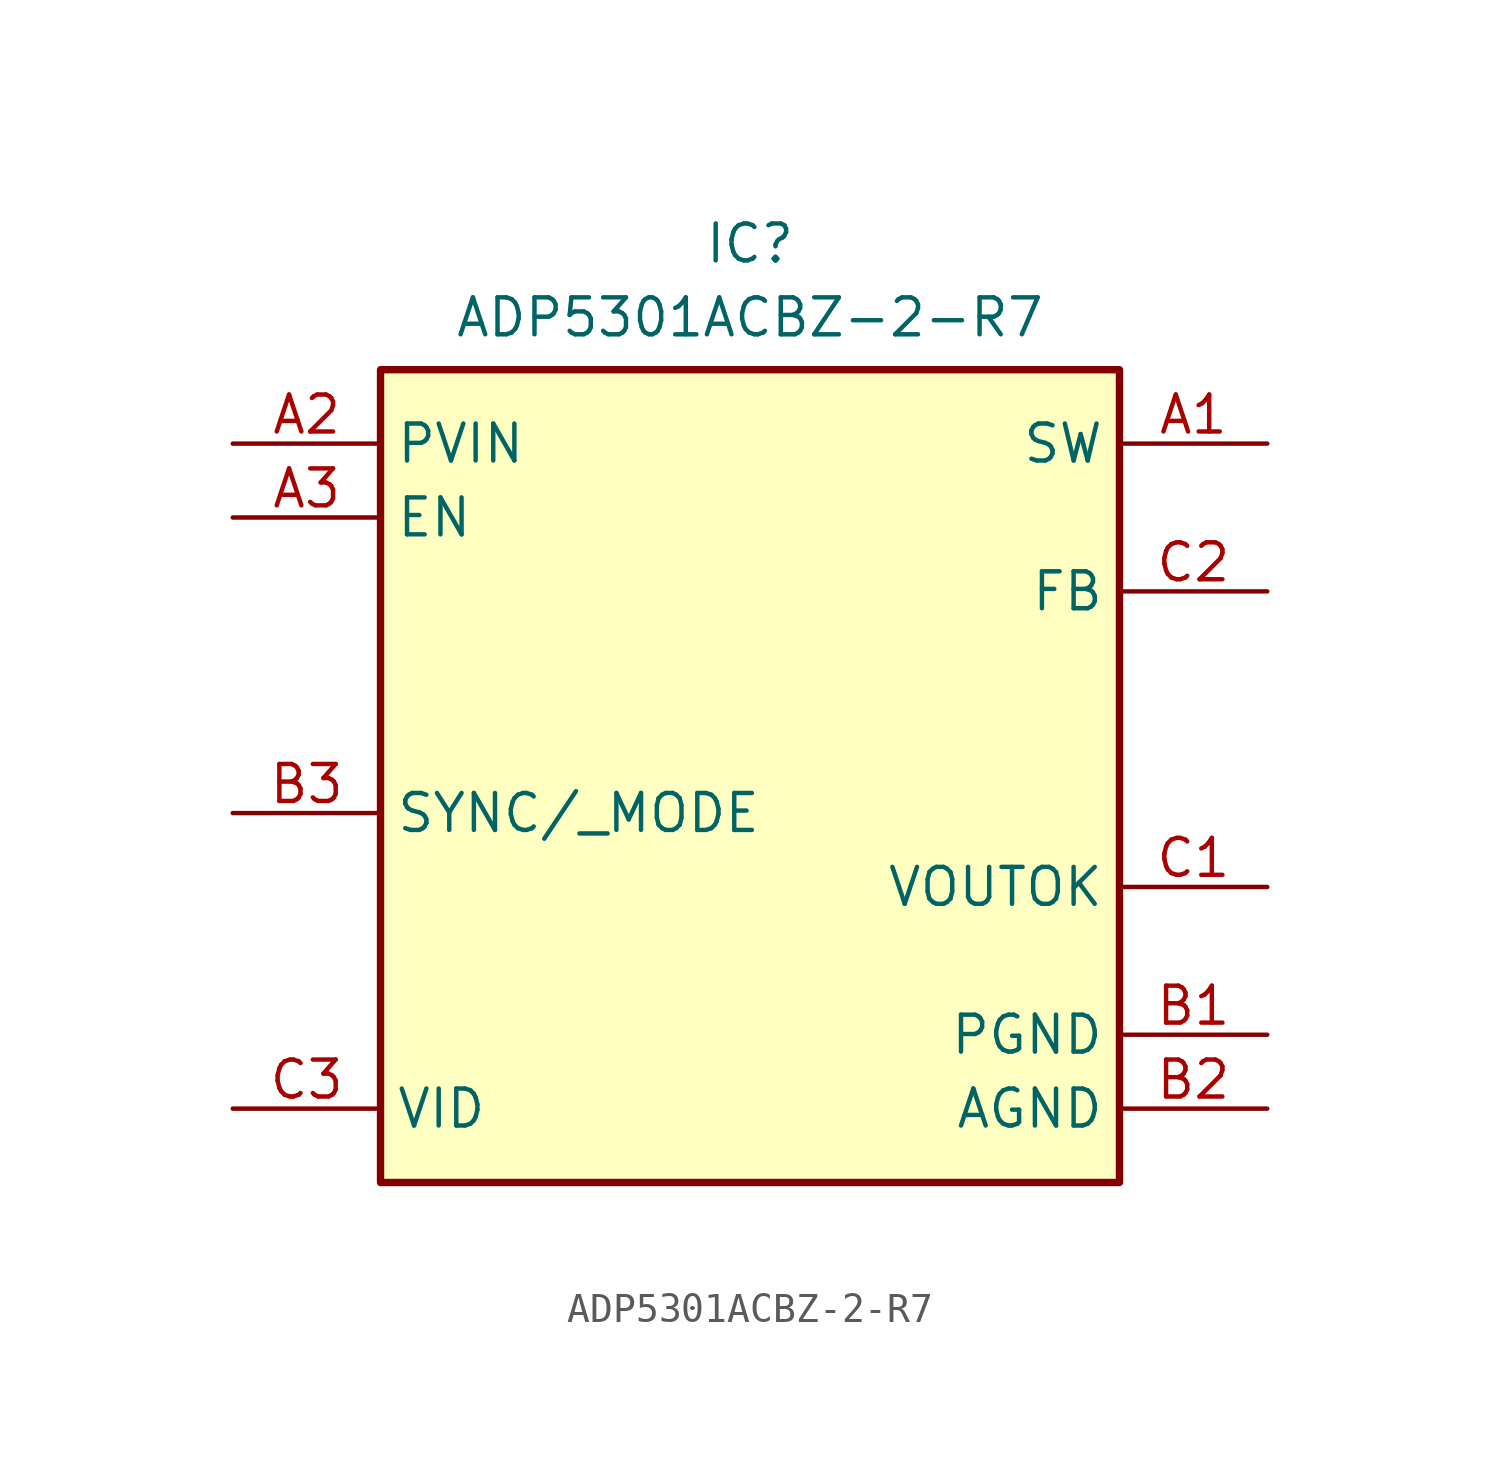
<source format=kicad_sym>
(kicad_symbol_lib
  (version 20220914)
  (generator kicad_symbol_editor)
  (symbol "ADP5301ACBZ-2-R7"
    (property "Reference" "IC"
      (at 0 20.32 0)
      (effects (font (size 1.27 1.27)) (justify top)))
    (property "Value" "ADP5301ACBZ-2-R7"
      (at 0 17.78 0)
      (effects (font (size 1.27 1.27)) (justify top)))
    (symbol "ADP5301ACBZ-2-R7_1_1"
      (rectangle (start -12.7 15.24) (end 12.7 -12.7) (stroke (width 0.254) (type default)) (fill (type background)))
      (pin passive line (at 17.78 12.7 180) (length 5.08) (name "SW" (effects (font (size 1.27 1.27)))) (number "A1" (effects (font (size 1.27 1.27)))))
      (pin passive line (at -17.78 12.7 0) (length 5.08) (name "PVIN" (effects (font (size 1.27 1.27)))) (number "A2" (effects (font (size 1.27 1.27)))))
      (pin passive line (at -17.78 10.16 0) (length 5.08) (name "EN" (effects (font (size 1.27 1.27)))) (number "A3" (effects (font (size 1.27 1.27)))))
      (pin passive line (at 17.78 -7.62 180) (length 5.08) (name "PGND" (effects (font (size 1.27 1.27)))) (number "B1" (effects (font (size 1.27 1.27)))))
      (pin passive line (at 17.78 -10.16 180) (length 5.08) (name "AGND" (effects (font (size 1.27 1.27)))) (number "B2" (effects (font (size 1.27 1.27)))))
      (pin passive line (at -17.78 0 0) (length 5.08) (name "SYNC/_MODE" (effects (font (size 1.27 1.27)))) (number "B3" (effects (font (size 1.27 1.27)))))
      (pin passive line (at 17.78 -2.54 180) (length 5.08) (name "VOUTOK" (effects (font (size 1.27 1.27)))) (number "C1" (effects (font (size 1.27 1.27)))))
      (pin passive line (at 17.78 7.62 180) (length 5.08) (name "FB" (effects (font (size 1.27 1.27)))) (number "C2" (effects (font (size 1.27 1.27)))))
      (pin passive line (at -17.78 -10.16 0) (length 5.08) (name "VID" (effects (font (size 1.27 1.27)))) (number "C3" (effects (font (size 1.27 1.27))))))))
</source>
